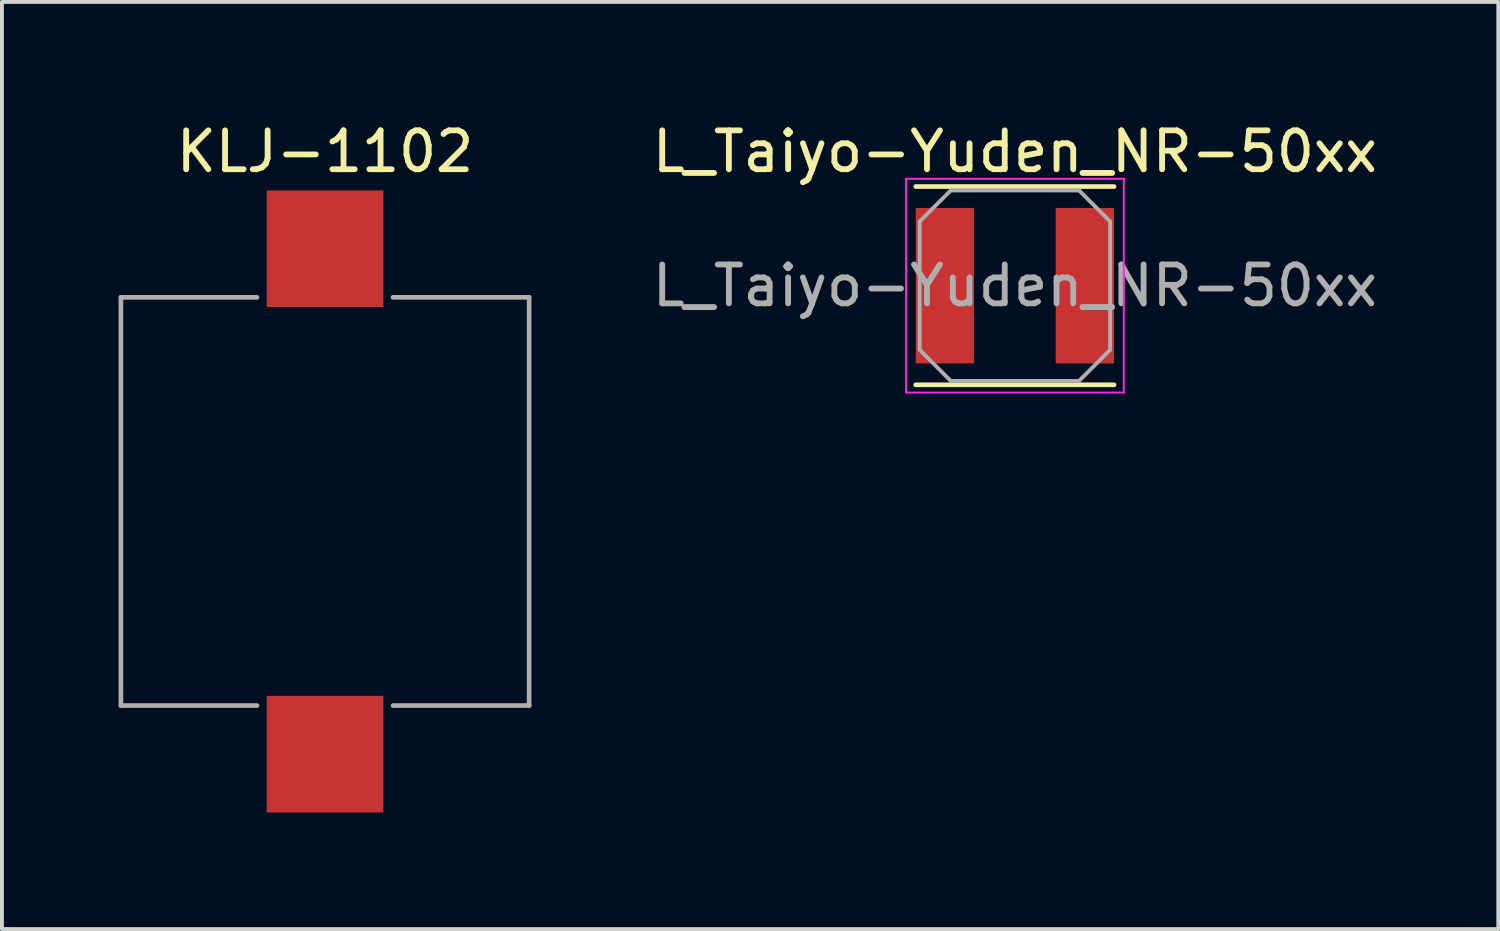
<source format=kicad_pcb>
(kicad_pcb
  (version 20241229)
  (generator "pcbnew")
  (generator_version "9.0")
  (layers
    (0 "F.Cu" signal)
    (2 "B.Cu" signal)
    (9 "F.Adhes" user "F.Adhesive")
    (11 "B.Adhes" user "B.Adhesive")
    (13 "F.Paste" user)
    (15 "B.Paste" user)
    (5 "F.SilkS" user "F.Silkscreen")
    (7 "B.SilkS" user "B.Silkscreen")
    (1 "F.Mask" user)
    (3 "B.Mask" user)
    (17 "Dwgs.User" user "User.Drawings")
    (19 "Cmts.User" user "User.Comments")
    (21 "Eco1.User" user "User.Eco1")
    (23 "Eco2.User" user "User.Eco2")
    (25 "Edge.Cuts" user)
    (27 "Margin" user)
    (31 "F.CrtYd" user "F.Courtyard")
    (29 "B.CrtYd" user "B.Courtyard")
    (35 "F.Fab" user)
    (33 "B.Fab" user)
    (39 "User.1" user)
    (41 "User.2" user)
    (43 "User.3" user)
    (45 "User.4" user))
  (footprint "KLJ-1102"
    (layer "F.Cu")
    (at 5.31 9.848)
    (property "Reference" "KLJ-1102" (at 0 -9 0) (unlocked yes) (layer "F.SilkS") (effects (font (size 1 1) (thickness 0.15))))
    (attr smd)
    (fp_line (start -5.25 -5.25) (end -5.25 5.25) (stroke (width 0.12) (type solid)) (layer "F.Fab"))
    (fp_line (start -5.25 5.25) (end -1.75 5.25) (stroke (width 0.12) (type solid)) (layer "F.Fab"))
    (fp_line (start -1.75 -5.25) (end -5.25 -5.25) (stroke (width 0.12) (type solid)) (layer "F.Fab"))
    (fp_line (start 1.75 -5.25) (end 5.25 -5.25) (stroke (width 0.12) (type solid)) (layer "F.Fab"))
    (fp_line (start 5.25 -5.25) (end 5.25 5.25) (stroke (width 0.12) (type solid)) (layer "F.Fab"))
    (fp_line (start 5.25 5.25) (end 1.75 5.25) (stroke (width 0.12) (type solid)) (layer "F.Fab"))
    (pad "1" smd rect (at 0 -6.5) (size 3 3) (layers "F.Cu" "F.Mask" "F.Paste"))
    (pad "2" smd rect (at 0 6.5) (size 3 3) (layers "F.Cu" "F.Mask" "F.Paste")))
  (footprint "L_Taiyo-Yuden_NR-50xx"
    (layer "F.Cu")
    (at 23.055 4.298)
    (property "Reference" "L_Taiyo-Yuden_NR-50xx" (at 0 -3.45 0) (layer "F.SilkS") (effects (font (size 1 1) (thickness 0.15))))
    (attr smd)
    (fp_line (start -2.55 -2.55) (end 2.55 -2.55) (stroke (width 0.12) (type solid)) (layer "F.SilkS"))
    (fp_line (start -2.55 2.55) (end 2.55 2.55) (stroke (width 0.12) (type solid)) (layer "F.SilkS"))
    (fp_line (start -2.8 -2.75) (end -2.8 2.75) (stroke (width 0.05) (type solid)) (layer "F.CrtYd"))
    (fp_line (start -2.8 2.75) (end 2.8 2.75) (stroke (width 0.05) (type solid)) (layer "F.CrtYd"))
    (fp_line (start 2.8 -2.75) (end -2.8 -2.75) (stroke (width 0.05) (type solid)) (layer "F.CrtYd"))
    (fp_line (start 2.8 2.75) (end 2.8 -2.75) (stroke (width 0.05) (type solid)) (layer "F.CrtYd"))
    (fp_line (start -2.45 -1.65) (end -1.65 -2.45) (stroke (width 0.1) (type solid)) (layer "F.Fab"))
    (fp_line (start -2.45 1.65) (end -2.45 -1.65) (stroke (width 0.1) (type solid)) (layer "F.Fab"))
    (fp_line (start -2.45 1.65) (end -1.65 2.45) (stroke (width 0.1) (type solid)) (layer "F.Fab"))
    (fp_line (start -1.65 -2.45) (end 1.65 -2.45) (stroke (width 0.1) (type solid)) (layer "F.Fab"))
    (fp_line (start -1.65 2.45) (end 1.65 2.45) (stroke (width 0.1) (type solid)) (layer "F.Fab"))
    (fp_line (start 2.45 -1.65) (end 1.65 -2.45) (stroke (width 0.1) (type solid)) (layer "F.Fab"))
    (fp_line (start 2.45 -1.65) (end 2.45 1.65) (stroke (width 0.1) (type solid)) (layer "F.Fab"))
    (fp_line (start 2.45 1.65) (end 1.65 2.45) (stroke (width 0.1) (type solid)) (layer "F.Fab"))
    (fp_text user "${REFERENCE}" (at 0 0 0) (layer "F.Fab") (effects (font (size 1 1) (thickness 0.15))))
    (pad "1" smd rect (at -1.8 0) (size 1.5 4) (layers "F.Cu" "F.Mask" "F.Paste"))
    (pad "2" smd rect (at 1.8 0) (size 1.5 4) (layers "F.Cu" "F.Mask" "F.Paste")))
  (gr_rect
    (start -3 -3)
    (end 35.489 20.848)
    (stroke (width 0.1) (type default))
    (fill no)
    (layer "Edge.Cuts")))
</source>
